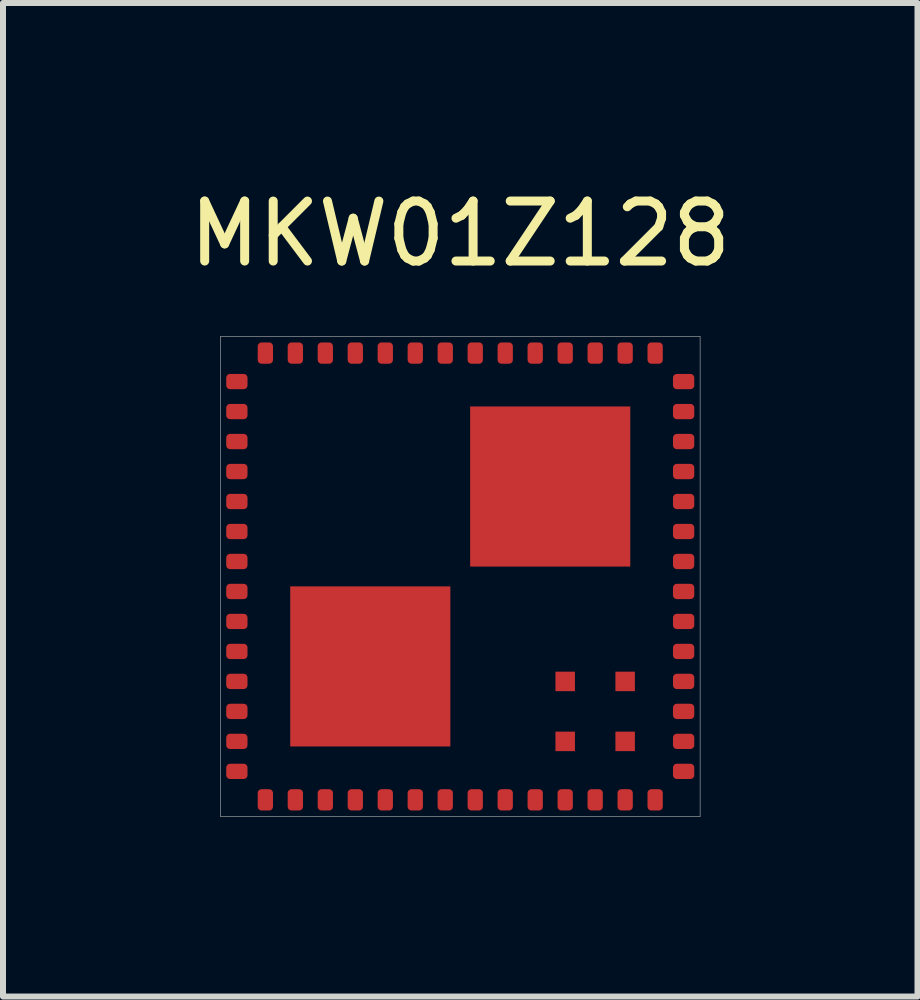
<source format=kicad_pcb>
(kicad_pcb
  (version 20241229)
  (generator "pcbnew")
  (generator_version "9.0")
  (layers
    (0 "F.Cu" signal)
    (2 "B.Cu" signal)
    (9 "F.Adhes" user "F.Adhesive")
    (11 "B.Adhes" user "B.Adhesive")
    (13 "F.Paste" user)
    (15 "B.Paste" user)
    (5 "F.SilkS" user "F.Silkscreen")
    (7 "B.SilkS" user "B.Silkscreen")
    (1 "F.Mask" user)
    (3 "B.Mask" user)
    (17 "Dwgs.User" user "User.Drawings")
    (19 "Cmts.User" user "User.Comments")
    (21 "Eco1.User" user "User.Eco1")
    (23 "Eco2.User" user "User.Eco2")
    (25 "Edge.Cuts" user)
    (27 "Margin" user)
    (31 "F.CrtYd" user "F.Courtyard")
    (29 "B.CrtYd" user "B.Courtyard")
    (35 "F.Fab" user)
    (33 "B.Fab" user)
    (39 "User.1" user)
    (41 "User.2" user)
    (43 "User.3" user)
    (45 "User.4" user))
  (footprint "MKW01Z128"
    (layer "F.Cu")
    (at 4.625 6.563)
    (property "Reference" "MKW01Z128" (at 0 -5.715 0) (layer "F.SilkS") (effects (font (size 1 1) (thickness 0.15))))
    (attr through_hole)
    (fp_line (start -4 -4) (end -4 4) (stroke (width 0.01) (type solid)) (layer "F.Fab"))
    (fp_line (start -4 4) (end 4 4) (stroke (width 0.01) (type solid)) (layer "F.Fab"))
    (fp_line (start 4 -4) (end -4 -4) (stroke (width 0.01) (type solid)) (layer "F.Fab"))
    (fp_line (start 4 4) (end 4 -4) (stroke (width 0.01) (type solid)) (layer "F.Fab"))
    (pad "1" smd roundrect (at -3.725 -3.25) (size 0.355 0.255) (layers "F.Cu" "F.Mask" "F.Paste") (roundrect_rratio 0.25))
    (pad "2" connect roundrect (at -3.725 -2.75) (size 0.355 0.255) (layers "F.Cu" "F.Mask") (roundrect_rratio 0.25))
    (pad "3" connect roundrect (at -3.725 -2.25) (size 0.355 0.255) (layers "F.Cu" "F.Mask") (roundrect_rratio 0.25))
    (pad "4" connect roundrect (at -3.725 -1.75) (size 0.355 0.255) (layers "F.Cu" "F.Mask") (roundrect_rratio 0.25))
    (pad "5" connect roundrect (at -3.725 -1.25) (size 0.355 0.255) (layers "F.Cu" "F.Mask") (roundrect_rratio 0.25))
    (pad "6" connect roundrect (at -3.725 -0.75) (size 0.355 0.255) (layers "F.Cu" "F.Mask") (roundrect_rratio 0.25))
    (pad "7" connect roundrect (at -3.725 -0.25) (size 0.355 0.255) (layers "F.Cu" "F.Mask") (roundrect_rratio 0.25))
    (pad "8" connect roundrect (at -3.725 0.25) (size 0.355 0.255) (layers "F.Cu" "F.Mask") (roundrect_rratio 0.25))
    (pad "9" connect roundrect (at -3.725 0.75) (size 0.355 0.255) (layers "F.Cu" "F.Mask") (roundrect_rratio 0.25))
    (pad "10" connect roundrect (at -3.725 1.25) (size 0.355 0.255) (layers "F.Cu" "F.Mask") (roundrect_rratio 0.25))
    (pad "11" connect roundrect (at -3.725 1.75) (size 0.355 0.255) (layers "F.Cu" "F.Mask") (roundrect_rratio 0.25))
    (pad "12" connect roundrect (at -3.725 2.25) (size 0.355 0.255) (layers "F.Cu" "F.Mask") (roundrect_rratio 0.25))
    (pad "13" connect roundrect (at -3.725 2.75) (size 0.355 0.255) (layers "F.Cu" "F.Mask") (roundrect_rratio 0.25))
    (pad "14" connect roundrect (at -3.725 3.25) (size 0.355 0.255) (layers "F.Cu" "F.Mask") (roundrect_rratio 0.25))
    (pad "15" connect roundrect (at -3.25 3.725) (size 0.255 0.355) (layers "F.Cu" "F.Mask") (roundrect_rratio 0.25))
    (pad "16" connect roundrect (at -2.75 3.725) (size 0.255 0.355) (layers "F.Cu" "F.Mask") (roundrect_rratio 0.25))
    (pad "17" connect roundrect (at -2.25 3.725) (size 0.255 0.355) (layers "F.Cu" "F.Mask") (roundrect_rratio 0.25))
    (pad "18" connect roundrect (at -1.75 3.725) (size 0.255 0.355) (layers "F.Cu" "F.Mask") (roundrect_rratio 0.25))
    (pad "19" connect roundrect (at -1.25 3.725) (size 0.255 0.355) (layers "F.Cu" "F.Mask") (roundrect_rratio 0.25))
    (pad "20" connect roundrect (at -0.75 3.725) (size 0.255 0.355) (layers "F.Cu" "F.Mask") (roundrect_rratio 0.25))
    (pad "21" connect roundrect (at -0.25 3.725) (size 0.255 0.355) (layers "F.Cu" "F.Mask") (roundrect_rratio 0.25))
    (pad "22" connect roundrect (at 0.25 3.725) (size 0.255 0.355) (layers "F.Cu" "F.Mask") (roundrect_rratio 0.25))
    (pad "23" connect roundrect (at 0.75 3.725) (size 0.255 0.355) (layers "F.Cu" "F.Mask") (roundrect_rratio 0.25))
    (pad "24" connect roundrect (at 1.25 3.725) (size 0.255 0.355) (layers "F.Cu" "F.Mask") (roundrect_rratio 0.25))
    (pad "25" connect roundrect (at 1.75 3.725) (size 0.255 0.355) (layers "F.Cu" "F.Mask") (roundrect_rratio 0.25))
    (pad "26" connect roundrect (at 2.25 3.725) (size 0.255 0.355) (layers "F.Cu" "F.Mask") (roundrect_rratio 0.25))
    (pad "27" connect roundrect (at 2.75 3.725) (size 0.255 0.355) (layers "F.Cu" "F.Mask") (roundrect_rratio 0.25))
    (pad "28" connect roundrect (at 3.25 3.725) (size 0.255 0.355) (layers "F.Cu" "F.Mask") (roundrect_rratio 0.25))
    (pad "29" connect roundrect (at 3.725 3.25) (size 0.355 0.255) (layers "F.Cu" "F.Mask") (roundrect_rratio 0.25))
    (pad "30" connect roundrect (at 3.725 2.75) (size 0.355 0.255) (layers "F.Cu" "F.Mask") (roundrect_rratio 0.25))
    (pad "31" connect roundrect (at 3.725 2.25) (size 0.355 0.255) (layers "F.Cu" "F.Mask") (roundrect_rratio 0.25))
    (pad "32" connect roundrect (at 3.725 1.75) (size 0.355 0.255) (layers "F.Cu" "F.Mask") (roundrect_rratio 0.25))
    (pad "33" connect roundrect (at 3.725 1.25) (size 0.355 0.255) (layers "F.Cu" "F.Mask") (roundrect_rratio 0.25))
    (pad "34" connect roundrect (at 3.725 0.75) (size 0.355 0.255) (layers "F.Cu" "F.Mask") (roundrect_rratio 0.25))
    (pad "35" connect roundrect (at 3.725 0.25) (size 0.355 0.255) (layers "F.Cu" "F.Mask") (roundrect_rratio 0.25))
    (pad "36" connect roundrect (at 3.725 -0.25) (size 0.355 0.255) (layers "F.Cu" "F.Mask") (roundrect_rratio 0.25))
    (pad "37" connect roundrect (at 3.725 -0.75) (size 0.355 0.255) (layers "F.Cu" "F.Mask") (roundrect_rratio 0.25))
    (pad "38" connect roundrect (at 3.725 -1.25) (size 0.355 0.255) (layers "F.Cu" "F.Mask") (roundrect_rratio 0.25))
    (pad "39" connect roundrect (at 3.725 -1.75) (size 0.355 0.255) (layers "F.Cu" "F.Mask") (roundrect_rratio 0.25))
    (pad "40" connect roundrect (at 3.725 -2.25) (size 0.355 0.255) (layers "F.Cu" "F.Mask") (roundrect_rratio 0.25))
    (pad "41" connect roundrect (at 3.725 -2.75) (size 0.355 0.255) (layers "F.Cu" "F.Mask") (roundrect_rratio 0.25))
    (pad "42" connect roundrect (at 3.725 -3.25) (size 0.355 0.255) (layers "F.Cu" "F.Mask") (roundrect_rratio 0.25))
    (pad "43" connect roundrect (at 3.25 -3.725) (size 0.255 0.355) (layers "F.Cu" "F.Mask") (roundrect_rratio 0.25))
    (pad "44" connect roundrect (at 2.75 -3.725) (size 0.255 0.355) (layers "F.Cu" "F.Mask") (roundrect_rratio 0.25))
    (pad "45" connect roundrect (at 2.25 -3.725) (size 0.255 0.355) (layers "F.Cu" "F.Mask") (roundrect_rratio 0.25))
    (pad "46" connect roundrect (at 1.75 -3.725) (size 0.255 0.355) (layers "F.Cu" "F.Mask") (roundrect_rratio 0.25))
    (pad "47" connect roundrect (at 1.25 -3.725) (size 0.255 0.355) (layers "F.Cu" "F.Mask") (roundrect_rratio 0.25))
    (pad "48" connect roundrect (at 0.75 -3.725) (size 0.255 0.355) (layers "F.Cu" "F.Mask") (roundrect_rratio 0.25))
    (pad "49" connect roundrect (at 0.25 -3.725) (size 0.255 0.355) (layers "F.Cu" "F.Mask") (roundrect_rratio 0.25))
    (pad "50" connect roundrect (at -0.25 -3.725) (size 0.255 0.355) (layers "F.Cu" "F.Mask") (roundrect_rratio 0.25))
    (pad "51" connect roundrect (at -0.75 -3.725) (size 0.255 0.355) (layers "F.Cu" "F.Mask") (roundrect_rratio 0.25))
    (pad "52" connect roundrect (at -1.25 -3.725) (size 0.255 0.355) (layers "F.Cu" "F.Mask") (roundrect_rratio 0.25))
    (pad "53" connect roundrect (at -1.75 -3.725) (size 0.255 0.355) (layers "F.Cu" "F.Mask") (roundrect_rratio 0.25))
    (pad "54" connect roundrect (at -2.25 -3.725) (size 0.255 0.355) (layers "F.Cu" "F.Mask") (roundrect_rratio 0.25))
    (pad "55" connect roundrect (at -2.75 -3.725) (size 0.255 0.355) (layers "F.Cu" "F.Mask") (roundrect_rratio 0.25))
    (pad "56" connect roundrect (at -3.25 -3.725) (size 0.255 0.355) (layers "F.Cu" "F.Mask") (roundrect_rratio 0.25))
    (pad "57" smd rect (at 1.75 1.75) (size 0.325 0.325) (layers "F.Cu" "F.Mask" "F.Paste"))
    (pad "58" smd rect (at 2.75 1.75) (size 0.325 0.325) (layers "F.Cu" "F.Mask" "F.Paste"))
    (pad "59" smd rect (at 1.75 2.75) (size 0.325 0.325) (layers "F.Cu" "F.Mask" "F.Paste"))
    (pad "60" smd rect (at 2.75 2.75) (size 0.325 0.325) (layers "F.Cu" "F.Mask" "F.Paste"))
    (pad "MCU Ground Region" connect rect (at -1.5 1.5) (size 2.67 2.67) (layers "F.Cu" "F.Mask"))
    (pad "RF Ground Region" smd rect (at 1.5 -1.5) (size 2.67 2.67) (layers "F.Cu" "F.Mask" "F.Paste")))
  (gr_rect
    (start -3 -3)
    (end 12.25 13.568)
    (stroke (width 0.1) (type default))
    (fill no)
    (layer "Edge.Cuts")))
</source>
